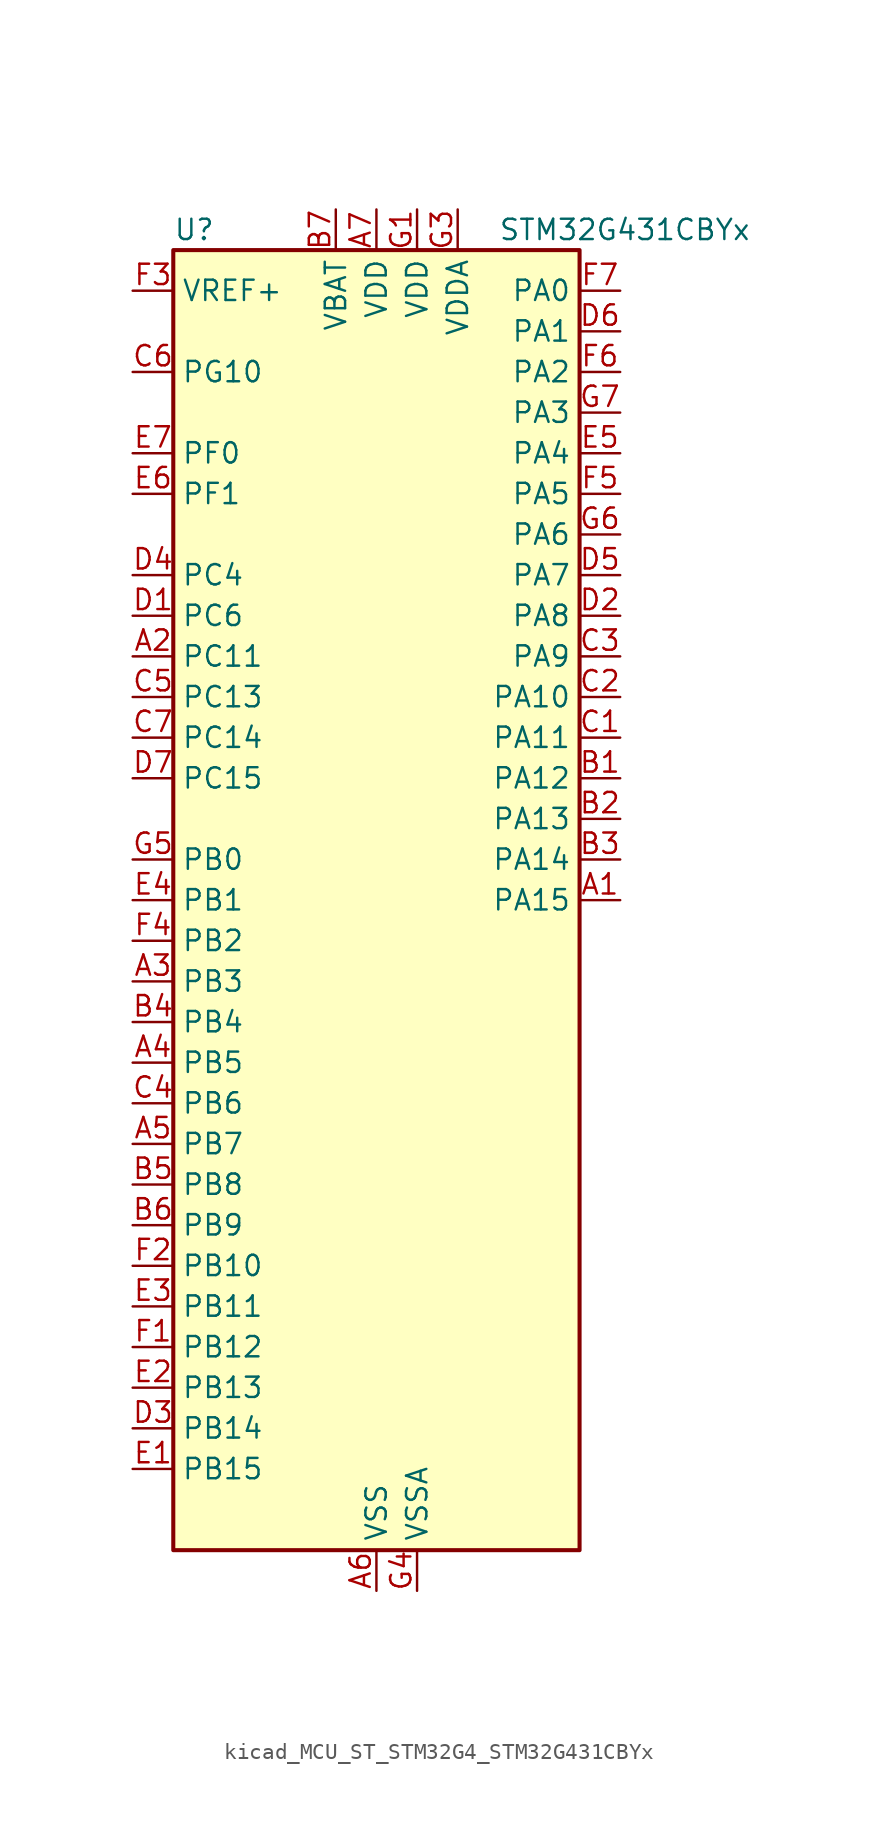
<source format=kicad_sym>
(kicad_symbol_lib
  (version 20220914)
  (generator kicad_symbol_editor)
  (symbol "kicad_MCU_ST_STM32G4_STM32G431CBYx"
    (property "Reference" "U"
      (at -12.7 41.91 0)
      (effects (font (size 1.27 1.27)) (justify left)))
    (property "Value" "STM32G431CBYx"
      (at 7.62 41.91 0)
      (effects (font (size 1.27 1.27)) (justify left)))
    (property "ki_locked" ""
      (at 0 0 0)
      (effects (font (size 1.27 1.27))))
    (symbol "kicad_MCU_ST_STM32G4_STM32G431CBYx_0_1"
      (rectangle (start -12.7 -40.64) (end 12.7 40.64) (stroke (width 0.254) (type default)) (fill (type background))))
    (symbol "kicad_MCU_ST_STM32G4_STM32G431CBYx_1_1"
      (pin bidirectional line (at 15.24 0 180) (length 2.54) (name "PA15" (effects (font (size 1.27 1.27)))) (number "A1" (effects (font (size 1.27 1.27)))) (alternate "ADC1_EXTI15" bidirectional line) (alternate "ADC2_EXTI15" bidirectional line) (alternate "I2C1_SCL" bidirectional line) (alternate "I2S3_WS" bidirectional line) (alternate "SPI1_NSS" bidirectional line) (alternate "SPI3_NSS" bidirectional line) (alternate "SYS_JTDI" bidirectional line) (alternate "TIM1_BKIN" bidirectional line) (alternate "TIM2_CH1" bidirectional line) (alternate "TIM2_ETR" bidirectional line) (alternate "TIM8_CH1" bidirectional line) (alternate "USART2_RX" bidirectional line))
      (pin bidirectional line (at -15.24 15.24 0) (length 2.54) (name "PC11" (effects (font (size 1.27 1.27)))) (number "A2" (effects (font (size 1.27 1.27)))) (alternate "ADC1_EXTI11" bidirectional line) (alternate "ADC2_EXTI11" bidirectional line) (alternate "I2C3_SDA" bidirectional line) (alternate "SPI3_MISO" bidirectional line) (alternate "TIM8_CH2N" bidirectional line) (alternate "USART3_RX" bidirectional line))
      (pin bidirectional line (at -15.24 -5.08 0) (length 2.54) (name "PB3" (effects (font (size 1.27 1.27)))) (number "A3" (effects (font (size 1.27 1.27)))) (alternate "CRS_SYNC" bidirectional line) (alternate "I2S3_CK" bidirectional line) (alternate "SAI1_SCK_B" bidirectional line) (alternate "SPI1_SCK" bidirectional line) (alternate "SPI3_SCK" bidirectional line) (alternate "SYS_JTDO-SWO" bidirectional line) (alternate "TIM2_CH2" bidirectional line) (alternate "TIM3_ETR" bidirectional line) (alternate "TIM4_ETR" bidirectional line) (alternate "TIM8_CH1N" bidirectional line) (alternate "USART2_TX" bidirectional line))
      (pin bidirectional line (at -15.24 -10.16 0) (length 2.54) (name "PB5" (effects (font (size 1.27 1.27)))) (number "A4" (effects (font (size 1.27 1.27)))) (alternate "I2C1_SMBA" bidirectional line) (alternate "I2C3_SDA" bidirectional line) (alternate "I2S3_SD" bidirectional line) (alternate "LPTIM1_IN1" bidirectional line) (alternate "SAI1_SD_B" bidirectional line) (alternate "SPI1_MOSI" bidirectional line) (alternate "SPI3_MOSI" bidirectional line) (alternate "TIM16_BKIN" bidirectional line) (alternate "TIM17_CH1" bidirectional line) (alternate "TIM3_CH2" bidirectional line) (alternate "TIM8_CH3N" bidirectional line) (alternate "USART2_CK" bidirectional line))
      (pin bidirectional line (at -15.24 -15.24 0) (length 2.54) (name "PB7" (effects (font (size 1.27 1.27)))) (number "A5" (effects (font (size 1.27 1.27)))) (alternate "COMP3_OUT" bidirectional line) (alternate "I2C1_SDA" bidirectional line) (alternate "LPTIM1_IN2" bidirectional line) (alternate "SYS_PVD_IN" bidirectional line) (alternate "TIM17_CH1N" bidirectional line) (alternate "TIM3_CH4" bidirectional line) (alternate "TIM4_CH2" bidirectional line) (alternate "TIM8_BKIN" bidirectional line) (alternate "USART1_RX" bidirectional line))
      (pin power_in line (at 0 -43.18 90) (length 2.54) (name "VSS" (effects (font (size 1.27 1.27)))) (number "A6" (effects (font (size 1.27 1.27)))))
      (pin power_in line (at 0 43.18 270) (length 2.54) (name "VDD" (effects (font (size 1.27 1.27)))) (number "A7" (effects (font (size 1.27 1.27)))))
      (pin bidirectional line (at 15.24 7.62 180) (length 2.54) (name "PA12" (effects (font (size 1.27 1.27)))) (number "B1" (effects (font (size 1.27 1.27)))) (alternate "COMP2_OUT" bidirectional line) (alternate "FDCAN1_TX" bidirectional line) (alternate "I2S_CKIN" bidirectional line) (alternate "TIM16_CH1" bidirectional line) (alternate "TIM1_CH2N" bidirectional line) (alternate "TIM1_ETR" bidirectional line) (alternate "TIM4_CH2" bidirectional line) (alternate "USART1_DE" bidirectional line) (alternate "USART1_RTS" bidirectional line) (alternate "USB_DP" bidirectional line))
      (pin bidirectional line (at 15.24 5.08 180) (length 2.54) (name "PA13" (effects (font (size 1.27 1.27)))) (number "B2" (effects (font (size 1.27 1.27)))) (alternate "I2C1_SCL" bidirectional line) (alternate "IR_OUT" bidirectional line) (alternate "SAI1_SD_B" bidirectional line) (alternate "SYS_JTMS-SWDIO" bidirectional line) (alternate "TIM16_CH1N" bidirectional line) (alternate "TIM4_CH3" bidirectional line) (alternate "USART3_CTS" bidirectional line) (alternate "USART3_NSS" bidirectional line))
      (pin bidirectional line (at 15.24 2.54 180) (length 2.54) (name "PA14" (effects (font (size 1.27 1.27)))) (number "B3" (effects (font (size 1.27 1.27)))) (alternate "I2C1_SDA" bidirectional line) (alternate "LPTIM1_OUT" bidirectional line) (alternate "SAI1_FS_B" bidirectional line) (alternate "SYS_JTCK-SWCLK" bidirectional line) (alternate "TIM1_BKIN" bidirectional line) (alternate "TIM8_CH2" bidirectional line) (alternate "USART2_TX" bidirectional line))
      (pin bidirectional line (at -15.24 -7.62 0) (length 2.54) (name "PB4" (effects (font (size 1.27 1.27)))) (number "B4" (effects (font (size 1.27 1.27)))) (alternate "SAI1_MCLK_B" bidirectional line) (alternate "SPI1_MISO" bidirectional line) (alternate "SPI3_MISO" bidirectional line) (alternate "SYS_JTRST" bidirectional line) (alternate "TIM16_CH1" bidirectional line) (alternate "TIM17_BKIN" bidirectional line) (alternate "TIM3_CH1" bidirectional line) (alternate "TIM8_CH2N" bidirectional line) (alternate "UCPD1_CC2" bidirectional line) (alternate "USART2_RX" bidirectional line))
      (pin bidirectional line (at -15.24 -17.78 0) (length 2.54) (name "PB8" (effects (font (size 1.27 1.27)))) (number "B5" (effects (font (size 1.27 1.27)))) (alternate "COMP1_OUT" bidirectional line) (alternate "FDCAN1_RX" bidirectional line) (alternate "I2C1_SCL" bidirectional line) (alternate "SAI1_CK1" bidirectional line) (alternate "SAI1_MCLK_A" bidirectional line) (alternate "TIM16_CH1" bidirectional line) (alternate "TIM1_BKIN" bidirectional line) (alternate "TIM4_CH3" bidirectional line) (alternate "TIM8_CH2" bidirectional line) (alternate "USART3_RX" bidirectional line))
      (pin bidirectional line (at -15.24 -20.32 0) (length 2.54) (name "PB9" (effects (font (size 1.27 1.27)))) (number "B6" (effects (font (size 1.27 1.27)))) (alternate "COMP2_OUT" bidirectional line) (alternate "DAC1_EXTI9" bidirectional line) (alternate "DAC3_EXTI9" bidirectional line) (alternate "FDCAN1_TX" bidirectional line) (alternate "I2C1_SDA" bidirectional line) (alternate "IR_OUT" bidirectional line) (alternate "SAI1_D2" bidirectional line) (alternate "SAI1_FS_A" bidirectional line) (alternate "TIM17_CH1" bidirectional line) (alternate "TIM1_CH3N" bidirectional line) (alternate "TIM4_CH4" bidirectional line) (alternate "TIM8_CH3" bidirectional line) (alternate "USART3_TX" bidirectional line))
      (pin power_in line (at -2.54 43.18 270) (length 2.54) (name "VBAT" (effects (font (size 1.27 1.27)))) (number "B7" (effects (font (size 1.27 1.27)))))
      (pin bidirectional line (at 15.24 10.16 180) (length 2.54) (name "PA11" (effects (font (size 1.27 1.27)))) (number "C1" (effects (font (size 1.27 1.27)))) (alternate "ADC1_EXTI11" bidirectional line) (alternate "ADC2_EXTI11" bidirectional line) (alternate "COMP1_OUT" bidirectional line) (alternate "FDCAN1_RX" bidirectional line) (alternate "I2S2_SD" bidirectional line) (alternate "SPI2_MOSI" bidirectional line) (alternate "TIM1_BKIN2" bidirectional line) (alternate "TIM1_CH1N" bidirectional line) (alternate "TIM1_CH4" bidirectional line) (alternate "TIM4_CH1" bidirectional line) (alternate "USART1_CTS" bidirectional line) (alternate "USART1_NSS" bidirectional line) (alternate "USB_DM" bidirectional line))
      (pin bidirectional line (at 15.24 12.7 180) (length 2.54) (name "PA10" (effects (font (size 1.27 1.27)))) (number "C2" (effects (font (size 1.27 1.27)))) (alternate "CRS_SYNC" bidirectional line) (alternate "DAC1_EXTI10" bidirectional line) (alternate "DAC3_EXTI10" bidirectional line) (alternate "I2C2_SMBA" bidirectional line) (alternate "SAI1_D1" bidirectional line) (alternate "SAI1_SD_A" bidirectional line) (alternate "SPI2_MISO" bidirectional line) (alternate "TIM17_BKIN" bidirectional line) (alternate "TIM1_CH3" bidirectional line) (alternate "TIM2_CH4" bidirectional line) (alternate "TIM8_BKIN" bidirectional line) (alternate "UCPD1_DBCC2" bidirectional line) (alternate "USART1_RX" bidirectional line))
      (pin bidirectional line (at 15.24 15.24 180) (length 2.54) (name "PA9" (effects (font (size 1.27 1.27)))) (number "C3" (effects (font (size 1.27 1.27)))) (alternate "DAC1_EXTI9" bidirectional line) (alternate "DAC3_EXTI9" bidirectional line) (alternate "I2C2_SCL" bidirectional line) (alternate "I2C3_SMBA" bidirectional line) (alternate "I2S3_MCK" bidirectional line) (alternate "SAI1_FS_A" bidirectional line) (alternate "TIM15_BKIN" bidirectional line) (alternate "TIM1_CH2" bidirectional line) (alternate "TIM2_CH3" bidirectional line) (alternate "UCPD1_DBCC1" bidirectional line) (alternate "USART1_TX" bidirectional line))
      (pin bidirectional line (at -15.24 -12.7 0) (length 2.54) (name "PB6" (effects (font (size 1.27 1.27)))) (number "C4" (effects (font (size 1.27 1.27)))) (alternate "COMP4_OUT" bidirectional line) (alternate "LPTIM1_ETR" bidirectional line) (alternate "SAI1_FS_B" bidirectional line) (alternate "TIM16_CH1N" bidirectional line) (alternate "TIM4_CH1" bidirectional line) (alternate "TIM8_BKIN2" bidirectional line) (alternate "TIM8_CH1" bidirectional line) (alternate "TIM8_ETR" bidirectional line) (alternate "UCPD1_CC1" bidirectional line) (alternate "USART1_TX" bidirectional line))
      (pin bidirectional line (at -15.24 12.7 0) (length 2.54) (name "PC13" (effects (font (size 1.27 1.27)))) (number "C5" (effects (font (size 1.27 1.27)))) (alternate "RTC_OUT1" bidirectional line) (alternate "RTC_TAMP1" bidirectional line) (alternate "RTC_TS" bidirectional line) (alternate "SYS_WKUP2" bidirectional line) (alternate "TIM1_BKIN" bidirectional line) (alternate "TIM1_CH1N" bidirectional line) (alternate "TIM8_CH4N" bidirectional line))
      (pin bidirectional line (at -15.24 33.02 0) (length 2.54) (name "PG10" (effects (font (size 1.27 1.27)))) (number "C6" (effects (font (size 1.27 1.27)))) (alternate "DAC1_EXTI10" bidirectional line) (alternate "DAC3_EXTI10" bidirectional line) (alternate "RCC_MCO" bidirectional line))
      (pin bidirectional line (at -15.24 10.16 0) (length 2.54) (name "PC14" (effects (font (size 1.27 1.27)))) (number "C7" (effects (font (size 1.27 1.27)))) (alternate "RCC_OSC32_IN" bidirectional line))
      (pin bidirectional line (at -15.24 17.78 0) (length 2.54) (name "PC6" (effects (font (size 1.27 1.27)))) (number "D1" (effects (font (size 1.27 1.27)))) (alternate "I2S2_MCK" bidirectional line) (alternate "TIM3_CH1" bidirectional line) (alternate "TIM8_CH1" bidirectional line))
      (pin bidirectional line (at 15.24 17.78 180) (length 2.54) (name "PA8" (effects (font (size 1.27 1.27)))) (number "D2" (effects (font (size 1.27 1.27)))) (alternate "I2C2_SDA" bidirectional line) (alternate "I2C3_SCL" bidirectional line) (alternate "I2S2_MCK" bidirectional line) (alternate "RCC_MCO" bidirectional line) (alternate "SAI1_CK2" bidirectional line) (alternate "SAI1_SCK_A" bidirectional line) (alternate "TIM1_CH1" bidirectional line) (alternate "TIM4_ETR" bidirectional line) (alternate "USART1_CK" bidirectional line))
      (pin bidirectional line (at -15.24 -33.02 0) (length 2.54) (name "PB14" (effects (font (size 1.27 1.27)))) (number "D3" (effects (font (size 1.27 1.27)))) (alternate "ADC1_IN5" bidirectional line) (alternate "COMP4_OUT" bidirectional line) (alternate "OPAMP2_VINP" bidirectional line) (alternate "OPAMP2_VINP_SEC" bidirectional line) (alternate "SPI2_MISO" bidirectional line) (alternate "TIM15_CH1" bidirectional line) (alternate "TIM1_CH2N" bidirectional line) (alternate "USART3_DE" bidirectional line) (alternate "USART3_RTS" bidirectional line))
      (pin bidirectional line (at -15.24 20.32 0) (length 2.54) (name "PC4" (effects (font (size 1.27 1.27)))) (number "D4" (effects (font (size 1.27 1.27)))) (alternate "ADC2_IN5" bidirectional line) (alternate "I2C2_SCL" bidirectional line) (alternate "TIM1_ETR" bidirectional line) (alternate "USART1_TX" bidirectional line))
      (pin bidirectional line (at 15.24 20.32 180) (length 2.54) (name "PA7" (effects (font (size 1.27 1.27)))) (number "D5" (effects (font (size 1.27 1.27)))) (alternate "ADC2_IN4" bidirectional line) (alternate "COMP2_INP" bidirectional line) (alternate "COMP2_OUT" bidirectional line) (alternate "OPAMP1_VINP" bidirectional line) (alternate "OPAMP1_VINP_SEC" bidirectional line) (alternate "OPAMP2_VINP" bidirectional line) (alternate "OPAMP2_VINP_SEC" bidirectional line) (alternate "SPI1_MOSI" bidirectional line) (alternate "TIM17_CH1" bidirectional line) (alternate "TIM1_CH1N" bidirectional line) (alternate "TIM3_CH2" bidirectional line) (alternate "TIM8_CH1N" bidirectional line) (alternate "UCPD1_FRSTX1" bidirectional line) (alternate "UCPD1_FRSTX2" bidirectional line))
      (pin bidirectional line (at 15.24 35.56 180) (length 2.54) (name "PA1" (effects (font (size 1.27 1.27)))) (number "D6" (effects (font (size 1.27 1.27)))) (alternate "ADC1_IN2" bidirectional line) (alternate "ADC2_IN2" bidirectional line) (alternate "COMP1_INP" bidirectional line) (alternate "OPAMP1_VINP" bidirectional line) (alternate "OPAMP1_VINP_SEC" bidirectional line) (alternate "OPAMP3_VINP" bidirectional line) (alternate "OPAMP3_VINP_SEC" bidirectional line) (alternate "RTC_REFIN" bidirectional line) (alternate "TIM15_CH1N" bidirectional line) (alternate "TIM2_CH2" bidirectional line) (alternate "USART2_DE" bidirectional line) (alternate "USART2_RTS" bidirectional line))
      (pin bidirectional line (at -15.24 7.62 0) (length 2.54) (name "PC15" (effects (font (size 1.27 1.27)))) (number "D7" (effects (font (size 1.27 1.27)))) (alternate "ADC1_EXTI15" bidirectional line) (alternate "ADC2_EXTI15" bidirectional line) (alternate "RCC_OSC32_OUT" bidirectional line))
      (pin bidirectional line (at -15.24 -35.56 0) (length 2.54) (name "PB15" (effects (font (size 1.27 1.27)))) (number "E1" (effects (font (size 1.27 1.27)))) (alternate "ADC1_EXTI15" bidirectional line) (alternate "ADC2_EXTI15" bidirectional line) (alternate "ADC2_IN15" bidirectional line) (alternate "COMP3_OUT" bidirectional line) (alternate "I2S2_SD" bidirectional line) (alternate "RTC_REFIN" bidirectional line) (alternate "SPI2_MOSI" bidirectional line) (alternate "TIM15_CH1N" bidirectional line) (alternate "TIM15_CH2" bidirectional line) (alternate "TIM1_CH3N" bidirectional line))
      (pin bidirectional line (at -15.24 -30.48 0) (length 2.54) (name "PB13" (effects (font (size 1.27 1.27)))) (number "E2" (effects (font (size 1.27 1.27)))) (alternate "I2S2_CK" bidirectional line) (alternate "LPUART1_CTS" bidirectional line) (alternate "OPAMP3_VINP" bidirectional line) (alternate "OPAMP3_VINP_SEC" bidirectional line) (alternate "SPI2_SCK" bidirectional line) (alternate "TIM1_CH1N" bidirectional line) (alternate "USART3_CTS" bidirectional line) (alternate "USART3_NSS" bidirectional line))
      (pin bidirectional line (at -15.24 -25.4 0) (length 2.54) (name "PB11" (effects (font (size 1.27 1.27)))) (number "E3" (effects (font (size 1.27 1.27)))) (alternate "ADC1_EXTI11" bidirectional line) (alternate "ADC1_IN14" bidirectional line) (alternate "ADC2_EXTI11" bidirectional line) (alternate "ADC2_IN14" bidirectional line) (alternate "LPUART1_TX" bidirectional line) (alternate "TIM2_CH4" bidirectional line) (alternate "USART3_RX" bidirectional line))
      (pin bidirectional line (at -15.24 0 0) (length 2.54) (name "PB1" (effects (font (size 1.27 1.27)))) (number "E4" (effects (font (size 1.27 1.27)))) (alternate "ADC1_IN12" bidirectional line) (alternate "COMP1_INP" bidirectional line) (alternate "COMP4_OUT" bidirectional line) (alternate "LPUART1_DE" bidirectional line) (alternate "LPUART1_RTS" bidirectional line) (alternate "OPAMP3_VOUT" bidirectional line) (alternate "TIM1_CH3N" bidirectional line) (alternate "TIM3_CH4" bidirectional line) (alternate "TIM8_CH3N" bidirectional line))
      (pin bidirectional line (at 15.24 27.94 180) (length 2.54) (name "PA4" (effects (font (size 1.27 1.27)))) (number "E5" (effects (font (size 1.27 1.27)))) (alternate "ADC2_IN17" bidirectional line) (alternate "COMP1_INM" bidirectional line) (alternate "DAC1_OUT1" bidirectional line) (alternate "I2S3_WS" bidirectional line) (alternate "SAI1_FS_B" bidirectional line) (alternate "SPI1_NSS" bidirectional line) (alternate "SPI3_NSS" bidirectional line) (alternate "TIM3_CH2" bidirectional line) (alternate "USART2_CK" bidirectional line))
      (pin bidirectional line (at -15.24 25.4 0) (length 2.54) (name "PF1" (effects (font (size 1.27 1.27)))) (number "E6" (effects (font (size 1.27 1.27)))) (alternate "ADC2_IN10" bidirectional line) (alternate "COMP3_INM" bidirectional line) (alternate "I2S2_CK" bidirectional line) (alternate "RCC_OSC_OUT" bidirectional line) (alternate "SPI2_SCK" bidirectional line))
      (pin bidirectional line (at -15.24 27.94 0) (length 2.54) (name "PF0" (effects (font (size 1.27 1.27)))) (number "E7" (effects (font (size 1.27 1.27)))) (alternate "ADC1_IN10" bidirectional line) (alternate "I2C2_SDA" bidirectional line) (alternate "I2S2_WS" bidirectional line) (alternate "RCC_OSC_IN" bidirectional line) (alternate "SPI2_NSS" bidirectional line) (alternate "TIM1_CH3N" bidirectional line))
      (pin bidirectional line (at -15.24 -27.94 0) (length 2.54) (name "PB12" (effects (font (size 1.27 1.27)))) (number "F1" (effects (font (size 1.27 1.27)))) (alternate "ADC1_IN11" bidirectional line) (alternate "I2C2_SMBA" bidirectional line) (alternate "I2S2_WS" bidirectional line) (alternate "LPUART1_DE" bidirectional line) (alternate "LPUART1_RTS" bidirectional line) (alternate "SPI2_NSS" bidirectional line) (alternate "TIM1_BKIN" bidirectional line) (alternate "USART3_CK" bidirectional line))
      (pin bidirectional line (at -15.24 -22.86 0) (length 2.54) (name "PB10" (effects (font (size 1.27 1.27)))) (number "F2" (effects (font (size 1.27 1.27)))) (alternate "DAC1_EXTI10" bidirectional line) (alternate "DAC3_EXTI10" bidirectional line) (alternate "LPUART1_RX" bidirectional line) (alternate "OPAMP3_VINM" bidirectional line) (alternate "OPAMP3_VINM1" bidirectional line) (alternate "OPAMP3_VINM_SEC" bidirectional line) (alternate "SAI1_SCK_A" bidirectional line) (alternate "TIM1_BKIN" bidirectional line) (alternate "TIM2_CH3" bidirectional line) (alternate "USART3_TX" bidirectional line))
      (pin input line (at -15.24 38.1 0) (length 2.54) (name "VREF+" (effects (font (size 1.27 1.27)))) (number "F3" (effects (font (size 1.27 1.27)))) (alternate "VREFBUF_OUT" bidirectional line))
      (pin bidirectional line (at -15.24 -2.54 0) (length 2.54) (name "PB2" (effects (font (size 1.27 1.27)))) (number "F4" (effects (font (size 1.27 1.27)))) (alternate "ADC2_IN12" bidirectional line) (alternate "COMP4_INM" bidirectional line) (alternate "I2C3_SMBA" bidirectional line) (alternate "LPTIM1_OUT" bidirectional line) (alternate "OPAMP3_VINM" bidirectional line) (alternate "OPAMP3_VINM0" bidirectional line) (alternate "OPAMP3_VINM_SEC" bidirectional line) (alternate "RTC_OUT2" bidirectional line))
      (pin bidirectional line (at 15.24 25.4 180) (length 2.54) (name "PA5" (effects (font (size 1.27 1.27)))) (number "F5" (effects (font (size 1.27 1.27)))) (alternate "ADC2_IN13" bidirectional line) (alternate "COMP2_INM" bidirectional line) (alternate "DAC1_OUT2" bidirectional line) (alternate "OPAMP2_VINM" bidirectional line) (alternate "OPAMP2_VINM0" bidirectional line) (alternate "OPAMP2_VINM_SEC" bidirectional line) (alternate "SPI1_SCK" bidirectional line) (alternate "TIM2_CH1" bidirectional line) (alternate "TIM2_ETR" bidirectional line) (alternate "UCPD1_FRSTX1" bidirectional line) (alternate "UCPD1_FRSTX2" bidirectional line))
      (pin bidirectional line (at 15.24 33.02 180) (length 2.54) (name "PA2" (effects (font (size 1.27 1.27)))) (number "F6" (effects (font (size 1.27 1.27)))) (alternate "ADC1_IN3" bidirectional line) (alternate "COMP2_INM" bidirectional line) (alternate "COMP2_OUT" bidirectional line) (alternate "LPUART1_TX" bidirectional line) (alternate "OPAMP1_VOUT" bidirectional line) (alternate "RCC_LSCO" bidirectional line) (alternate "SYS_WKUP4" bidirectional line) (alternate "TIM15_CH1" bidirectional line) (alternate "TIM2_CH3" bidirectional line) (alternate "UCPD1_FRSTX1" bidirectional line) (alternate "UCPD1_FRSTX2" bidirectional line) (alternate "USART2_TX" bidirectional line))
      (pin bidirectional line (at 15.24 38.1 180) (length 2.54) (name "PA0" (effects (font (size 1.27 1.27)))) (number "F7" (effects (font (size 1.27 1.27)))) (alternate "ADC1_IN1" bidirectional line) (alternate "ADC2_IN1" bidirectional line) (alternate "COMP1_INM" bidirectional line) (alternate "COMP1_OUT" bidirectional line) (alternate "COMP3_INP" bidirectional line) (alternate "RTC_TAMP2" bidirectional line) (alternate "SYS_WKUP1" bidirectional line) (alternate "TIM2_CH1" bidirectional line) (alternate "TIM2_ETR" bidirectional line) (alternate "TIM8_BKIN" bidirectional line) (alternate "TIM8_ETR" bidirectional line) (alternate "USART2_CTS" bidirectional line) (alternate "USART2_NSS" bidirectional line))
      (pin power_in line (at 2.54 43.18 270) (length 2.54) (name "VDD" (effects (font (size 1.27 1.27)))) (number "G1" (effects (font (size 1.27 1.27)))))
      (pin passive line (at 0 -43.18 90) (length 2.54) hide (name "VSS" (effects (font (size 1.27 1.27)))) (number "G2" (effects (font (size 1.27 1.27)))))
      (pin power_in line (at 5.08 43.18 270) (length 2.54) (name "VDDA" (effects (font (size 1.27 1.27)))) (number "G3" (effects (font (size 1.27 1.27)))))
      (pin power_in line (at 2.54 -43.18 90) (length 2.54) (name "VSSA" (effects (font (size 1.27 1.27)))) (number "G4" (effects (font (size 1.27 1.27)))))
      (pin bidirectional line (at -15.24 2.54 0) (length 2.54) (name "PB0" (effects (font (size 1.27 1.27)))) (number "G5" (effects (font (size 1.27 1.27)))) (alternate "ADC1_IN15" bidirectional line) (alternate "COMP4_INP" bidirectional line) (alternate "OPAMP2_VINP" bidirectional line) (alternate "OPAMP2_VINP_SEC" bidirectional line) (alternate "OPAMP3_VINP" bidirectional line) (alternate "OPAMP3_VINP_SEC" bidirectional line) (alternate "TIM1_CH2N" bidirectional line) (alternate "TIM3_CH3" bidirectional line) (alternate "TIM8_CH2N" bidirectional line) (alternate "UCPD1_FRSTX1" bidirectional line) (alternate "UCPD1_FRSTX2" bidirectional line))
      (pin bidirectional line (at 15.24 22.86 180) (length 2.54) (name "PA6" (effects (font (size 1.27 1.27)))) (number "G6" (effects (font (size 1.27 1.27)))) (alternate "ADC2_IN3" bidirectional line) (alternate "COMP1_OUT" bidirectional line) (alternate "LPUART1_CTS" bidirectional line) (alternate "OPAMP2_VOUT" bidirectional line) (alternate "SPI1_MISO" bidirectional line) (alternate "TIM16_CH1" bidirectional line) (alternate "TIM1_BKIN" bidirectional line) (alternate "TIM3_CH1" bidirectional line) (alternate "TIM8_BKIN" bidirectional line))
      (pin bidirectional line (at 15.24 30.48 180) (length 2.54) (name "PA3" (effects (font (size 1.27 1.27)))) (number "G7" (effects (font (size 1.27 1.27)))) (alternate "ADC1_IN4" bidirectional line) (alternate "COMP2_INP" bidirectional line) (alternate "LPUART1_RX" bidirectional line) (alternate "OPAMP1_VINM" bidirectional line) (alternate "OPAMP1_VINM0" bidirectional line) (alternate "OPAMP1_VINM_SEC" bidirectional line) (alternate "OPAMP1_VINP" bidirectional line) (alternate "OPAMP1_VINP_SEC" bidirectional line) (alternate "SAI1_CK1" bidirectional line) (alternate "SAI1_MCLK_A" bidirectional line) (alternate "TIM15_CH2" bidirectional line) (alternate "TIM2_CH4" bidirectional line) (alternate "USART2_RX" bidirectional line)))))
</source>
